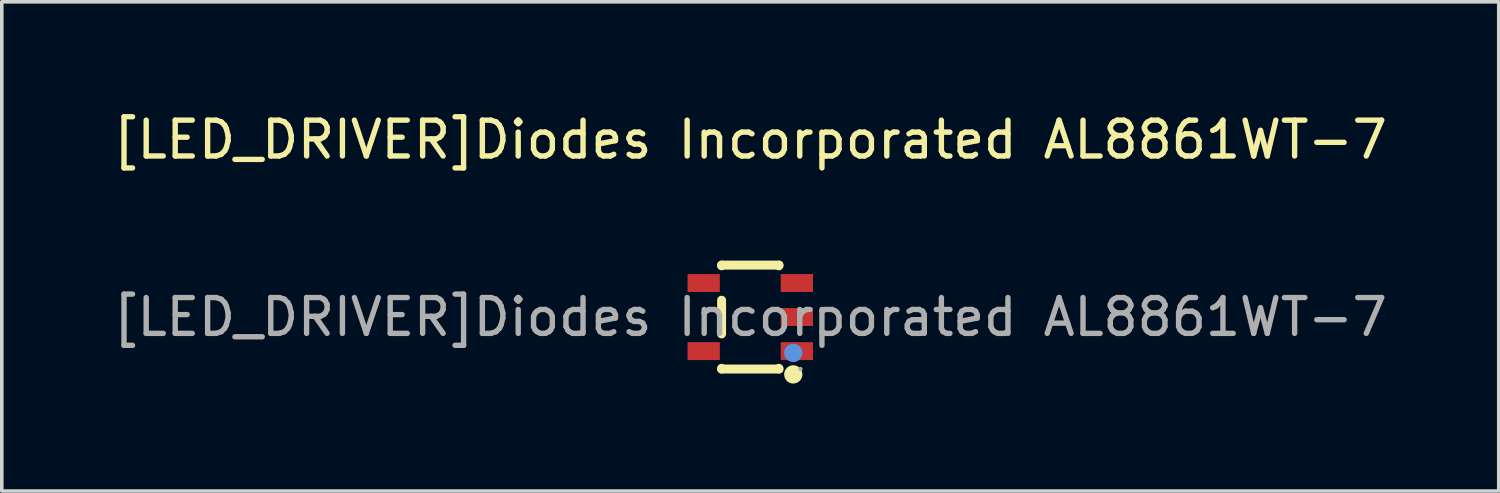
<source format=kicad_pcb>
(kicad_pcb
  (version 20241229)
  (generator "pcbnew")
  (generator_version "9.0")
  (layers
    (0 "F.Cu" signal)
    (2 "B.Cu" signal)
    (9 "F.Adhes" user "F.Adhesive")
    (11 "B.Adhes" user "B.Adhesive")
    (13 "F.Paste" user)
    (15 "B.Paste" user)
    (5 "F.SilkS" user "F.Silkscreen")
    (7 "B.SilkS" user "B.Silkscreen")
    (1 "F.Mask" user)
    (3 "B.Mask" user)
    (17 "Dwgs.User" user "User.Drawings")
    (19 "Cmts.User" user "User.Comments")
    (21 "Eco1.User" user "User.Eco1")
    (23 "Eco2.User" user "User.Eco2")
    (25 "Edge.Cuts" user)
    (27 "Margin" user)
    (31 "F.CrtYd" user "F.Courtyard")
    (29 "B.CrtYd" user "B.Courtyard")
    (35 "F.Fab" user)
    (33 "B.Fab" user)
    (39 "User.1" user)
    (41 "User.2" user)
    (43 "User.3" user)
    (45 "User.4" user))
  (footprint "[LED_DRIVER]Diodes Incorporated AL8861WT-7"
    (layer "F.Cu")
    (at 17.887 5.798)
    (property "Reference" "[LED_DRIVER]Diodes Incorporated AL8861WT-7" (at 0 -4.95 0) (layer "F.SilkS") (effects (font (size 1 1) (thickness 0.15))))
    (attr smd)
    (fp_line (start -0.8 -1.45) (end -0.8 -1.43) (stroke (width 0.25) (type solid)) (layer "F.SilkS"))
    (fp_line (start -0.8 -0.47) (end -0.8 0.47) (stroke (width 0.25) (type solid)) (layer "F.SilkS"))
    (fp_line (start -0.8 1.43) (end -0.8 1.45) (stroke (width 0.25) (type solid)) (layer "F.SilkS"))
    (fp_line (start 0.8 -1.45) (end -0.8 -1.45) (stroke (width 0.25) (type solid)) (layer "F.SilkS"))
    (fp_line (start 0.8 -1.43) (end 0.8 -1.45) (stroke (width 0.25) (type solid)) (layer "F.SilkS"))
    (fp_line (start 0.8 1.45) (end -0.8 1.45) (stroke (width 0.25) (type solid)) (layer "F.SilkS"))
    (fp_line (start 0.8 1.45) (end 0.8 1.43) (stroke (width 0.25) (type solid)) (layer "F.SilkS"))
    (fp_circle (center 1.2 1.6) (end 1.33 1.6) (stroke (width 0.25) (type solid)) (fill no) (layer "F.SilkS"))
    (fp_circle (center 1.2 1) (end 1.33 1) (stroke (width 0.25) (type solid)) (fill no) (layer "Cmts.User"))
    (fp_circle (center 1.4 1.45) (end 1.43 1.45) (stroke (width 0.06) (type solid)) (fill no) (layer "F.Fab"))
    (fp_text user "${REFERENCE}" (at 0 0 0) (layer "F.Fab") (effects (font (size 1 1) (thickness 0.15))))
    (pad "1" smd rect (at 1.3 0.95 90) (size 0.5 0.9) (layers "F.Cu" "F.Mask" "F.Paste"))
    (pad "2" smd rect (at 1.3 0 90) (size 0.5 0.9) (layers "F.Cu" "F.Mask" "F.Paste"))
    (pad "3" smd rect (at 1.3 -0.95 90) (size 0.5 0.9) (layers "F.Cu" "F.Mask" "F.Paste"))
    (pad "4" smd rect (at -1.3 -0.95 90) (size 0.5 0.9) (layers "F.Cu" "F.Mask" "F.Paste"))
    (pad "5" smd rect (at -1.3 0.95 90) (size 0.5 0.9) (layers "F.Cu" "F.Mask" "F.Paste")))
  (gr_rect
    (start -3 -3)
    (end 38.774 10.653)
    (stroke (width 0.1) (type default))
    (fill no)
    (layer "Edge.Cuts")))
</source>
